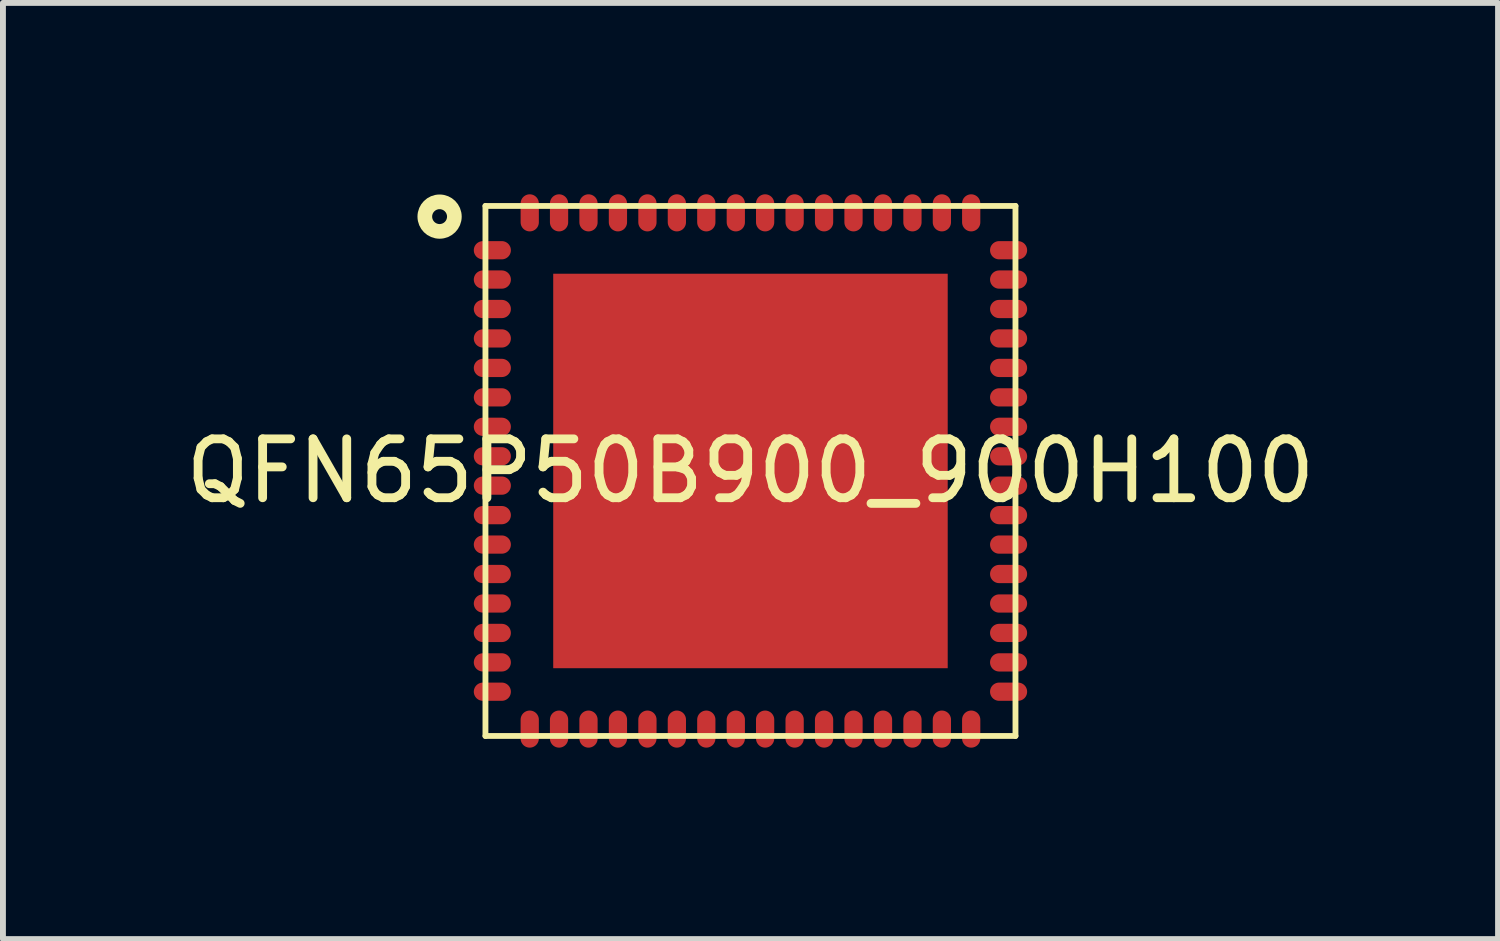
<source format=kicad_pcb>
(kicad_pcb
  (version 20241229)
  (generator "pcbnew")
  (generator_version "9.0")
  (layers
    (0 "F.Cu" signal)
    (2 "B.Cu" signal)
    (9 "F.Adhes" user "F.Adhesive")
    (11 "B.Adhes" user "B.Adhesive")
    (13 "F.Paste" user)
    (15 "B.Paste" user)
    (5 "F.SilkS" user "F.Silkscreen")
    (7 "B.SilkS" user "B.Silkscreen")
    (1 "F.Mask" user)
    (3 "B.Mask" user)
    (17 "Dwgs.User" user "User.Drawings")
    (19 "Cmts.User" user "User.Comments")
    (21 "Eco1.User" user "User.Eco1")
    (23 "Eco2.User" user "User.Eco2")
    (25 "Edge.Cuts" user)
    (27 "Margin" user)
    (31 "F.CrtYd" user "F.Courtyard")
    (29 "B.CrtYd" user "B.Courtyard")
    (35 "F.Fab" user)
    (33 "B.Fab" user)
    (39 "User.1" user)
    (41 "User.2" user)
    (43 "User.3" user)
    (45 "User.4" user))
  (footprint "QFN65P50B900_900H100"
    (layer "F.Cu")
    (at 9.696 4.949)
    (property "Reference" "QFN65P50B900_900H100" (at 0 0 0) (layer "F.SilkS") (effects (font (size 1 1) (thickness 0.15))))
    (fp_line (start -4.501 4.501) (end -4.501 -4.501) (stroke (width 0.099) (type default)) (layer "F.SilkS"))
    (fp_line (start 4.501 -4.501) (end -4.501 -4.501) (stroke (width 0.099) (type default)) (layer "F.SilkS"))
    (fp_line (start 4.501 4.501) (end -4.501 4.501) (stroke (width 0.099) (type default)) (layer "F.SilkS"))
    (fp_line (start 4.501 4.501) (end 4.501 -4.501) (stroke (width 0.099) (type default)) (layer "F.SilkS"))
    (fp_circle (center -5.28 -4.32) (end -5.029 -4.32) (stroke (width 0.249) (type default)) (fill no) (layer "F.SilkS"))
    (fp_poly (pts (xy 2.55 2.55) (xy 1.049 2.55) (xy 1.049 1.1) (xy 0.75 1.1) (xy 0.75 2.55) (xy -0.75 2.55) (xy -0.75 1.1) (xy -1.049 1.1) (xy -1.049 2.55) (xy -2.55 2.55) (xy -2.55 1.049) (xy -0.75 1.049) (xy -0.75 0.75) (xy -2.55 0.75) (xy -2.55 -0.75) (xy -1.049 -0.75) (xy -1.049 0.701) (xy -0.75 0.701) (xy -0.75 -1.049) (xy -2.55 -1.049) (xy -2.55 -2.55) (xy -1.049 -2.55) (xy -1.049 -1.1) (xy -0.75 -1.1) (xy -0.75 -2.55) (xy 0.75 -2.55) (xy 0.75 -1.1) (xy 1.049 -1.1) (xy 1.049 -2.55) (xy 2.55 -2.55) (xy 2.55 -1.049) (xy -0.701 -1.049) (xy -0.701 -0.75) (xy 0.75 -0.75) (xy 0.75 0.701) (xy 1.049 0.701) (xy 1.049 -0.75) (xy 2.55 -0.75) (xy 2.55 0.75) (xy -0.701 0.75) (xy -0.701 1.049) (xy 2.55 1.049)) (stroke (width 0) (type default)) (fill yes) (layer "F.Paste"))
    (fp_line (start -4.899 4.899) (end -4.899 -4.899) (stroke (width 0.025) (type default)) (layer "User.1"))
    (fp_line (start 4.899 -4.899) (end -4.899 -4.899) (stroke (width 0.025) (type default)) (layer "User.1"))
    (fp_line (start 4.899 4.899) (end -4.899 4.899) (stroke (width 0.025) (type default)) (layer "User.1"))
    (fp_line (start 4.899 4.899) (end 4.899 -4.899) (stroke (width 0.025) (type default)) (layer "User.1"))
    (fp_poly (pts (xy -4.501 -4.501) (xy -4.501 4.501) (xy 4.501 4.501) (xy 4.501 -4.501)) (stroke (width 0.1) (type default)) (fill no) (layer "User.1"))
    (fp_poly (pts (xy -4.501 -4.501) (xy -4.501 4.501) (xy 4.501 4.501) (xy 4.501 -4.501)) (stroke (width 0.1) (type default)) (fill no) (layer "User.1"))
    (fp_poly (pts (xy -4.399 -4.899) (xy 4.899 -4.899) (xy 4.899 4.899) (xy -4.899 4.899) (xy -4.899 -4.899) (xy -4.501 -4.899) (xy -4.501 4.501) (xy 4.501 4.501) (xy 4.501 -4.501) (xy -4.399 -4.501)) (stroke (width 0.1) (type default)) (fill no) (layer "User.1"))
    (fp_poly (pts (xy -4.399 -4.899) (xy 4.899 -4.899) (xy 4.899 4.899) (xy -4.899 4.899) (xy -4.899 -4.899) (xy -4.501 -4.899) (xy -4.501 4.501) (xy 4.501 4.501) (xy 4.501 -4.501) (xy -4.399 -4.501)) (stroke (width 0.1) (type default)) (fill no) (layer "User.1"))
    (pad "1" smd oval (at -4.384 -3.749 90) (size 0.31 0.63) (layers "F.Cu" "F.Mask" "F.Paste"))
    (pad "2" smd oval (at -4.384 -3.251 90) (size 0.31 0.63) (layers "F.Cu" "F.Mask" "F.Paste"))
    (pad "3" smd oval (at -4.384 -2.751 90) (size 0.31 0.63) (layers "F.Cu" "F.Mask" "F.Paste"))
    (pad "4" smd oval (at -4.384 -2.251 90) (size 0.31 0.63) (layers "F.Cu" "F.Mask" "F.Paste"))
    (pad "5" smd oval (at -4.384 -1.75 90) (size 0.31 0.63) (layers "F.Cu" "F.Mask" "F.Paste"))
    (pad "6" smd oval (at -4.384 -1.25 90) (size 0.31 0.63) (layers "F.Cu" "F.Mask" "F.Paste"))
    (pad "7" smd oval (at -4.384 -0.75 90) (size 0.31 0.63) (layers "F.Cu" "F.Mask" "F.Paste"))
    (pad "8" smd oval (at -4.384 -0.249 90) (size 0.31 0.63) (layers "F.Cu" "F.Mask" "F.Paste"))
    (pad "9" smd oval (at -4.384 0.249 90) (size 0.31 0.63) (layers "F.Cu" "F.Mask" "F.Paste"))
    (pad "10" smd oval (at -4.384 0.75 90) (size 0.31 0.63) (layers "F.Cu" "F.Mask" "F.Paste"))
    (pad "11" smd oval (at -4.384 1.25 90) (size 0.31 0.63) (layers "F.Cu" "F.Mask" "F.Paste"))
    (pad "12" smd oval (at -4.384 1.75 90) (size 0.31 0.63) (layers "F.Cu" "F.Mask" "F.Paste"))
    (pad "13" smd oval (at -4.384 2.251 90) (size 0.31 0.63) (layers "F.Cu" "F.Mask" "F.Paste"))
    (pad "14" smd oval (at -4.384 2.751 90) (size 0.31 0.63) (layers "F.Cu" "F.Mask" "F.Paste"))
    (pad "15" smd oval (at -4.384 3.251 90) (size 0.31 0.63) (layers "F.Cu" "F.Mask" "F.Paste"))
    (pad "16" smd oval (at -4.384 3.749 90) (size 0.31 0.63) (layers "F.Cu" "F.Mask" "F.Paste"))
    (pad "17" smd oval (at -3.749 4.384 90) (size 0.63 0.31) (layers "F.Cu" "F.Mask" "F.Paste"))
    (pad "18" smd oval (at -3.251 4.384 90) (size 0.63 0.31) (layers "F.Cu" "F.Mask" "F.Paste"))
    (pad "19" smd oval (at -2.751 4.384 90) (size 0.63 0.31) (layers "F.Cu" "F.Mask" "F.Paste"))
    (pad "20" smd oval (at -2.251 4.384 90) (size 0.63 0.31) (layers "F.Cu" "F.Mask" "F.Paste"))
    (pad "21" smd oval (at -1.75 4.384 90) (size 0.63 0.31) (layers "F.Cu" "F.Mask" "F.Paste"))
    (pad "22" smd oval (at -1.25 4.384 90) (size 0.63 0.31) (layers "F.Cu" "F.Mask" "F.Paste"))
    (pad "23" smd oval (at -0.75 4.384 90) (size 0.63 0.31) (layers "F.Cu" "F.Mask" "F.Paste"))
    (pad "24" smd oval (at -0.249 4.384 90) (size 0.63 0.31) (layers "F.Cu" "F.Mask" "F.Paste"))
    (pad "25" smd oval (at 0.249 4.384 90) (size 0.63 0.31) (layers "F.Cu" "F.Mask" "F.Paste"))
    (pad "26" smd oval (at 0.75 4.384 90) (size 0.63 0.31) (layers "F.Cu" "F.Mask" "F.Paste"))
    (pad "27" smd oval (at 1.25 4.384 90) (size 0.63 0.31) (layers "F.Cu" "F.Mask" "F.Paste"))
    (pad "28" smd oval (at 1.75 4.384 90) (size 0.63 0.31) (layers "F.Cu" "F.Mask" "F.Paste"))
    (pad "29" smd oval (at 2.251 4.384 90) (size 0.63 0.31) (layers "F.Cu" "F.Mask" "F.Paste"))
    (pad "30" smd oval (at 2.751 4.384 90) (size 0.63 0.31) (layers "F.Cu" "F.Mask" "F.Paste"))
    (pad "31" smd oval (at 3.251 4.384 90) (size 0.63 0.31) (layers "F.Cu" "F.Mask" "F.Paste"))
    (pad "32" smd oval (at 3.749 4.384 90) (size 0.63 0.31) (layers "F.Cu" "F.Mask" "F.Paste"))
    (pad "33" smd oval (at 4.384 3.749 90) (size 0.31 0.63) (layers "F.Cu" "F.Mask" "F.Paste"))
    (pad "34" smd oval (at 4.384 3.251 90) (size 0.31 0.63) (layers "F.Cu" "F.Mask" "F.Paste"))
    (pad "35" smd oval (at 4.384 2.751 90) (size 0.31 0.63) (layers "F.Cu" "F.Mask" "F.Paste"))
    (pad "36" smd oval (at 4.384 2.251 90) (size 0.31 0.63) (layers "F.Cu" "F.Mask" "F.Paste"))
    (pad "37" smd oval (at 4.384 1.75 90) (size 0.31 0.63) (layers "F.Cu" "F.Mask" "F.Paste"))
    (pad "38" smd oval (at 4.384 1.25 90) (size 0.31 0.63) (layers "F.Cu" "F.Mask" "F.Paste"))
    (pad "39" smd oval (at 4.384 0.75 90) (size 0.31 0.63) (layers "F.Cu" "F.Mask" "F.Paste"))
    (pad "40" smd oval (at 4.384 0.249 90) (size 0.31 0.63) (layers "F.Cu" "F.Mask" "F.Paste"))
    (pad "41" smd oval (at 4.384 -0.249 90) (size 0.31 0.63) (layers "F.Cu" "F.Mask" "F.Paste"))
    (pad "42" smd oval (at 4.384 -0.75 90) (size 0.31 0.63) (layers "F.Cu" "F.Mask" "F.Paste"))
    (pad "43" smd oval (at 4.384 -1.25 90) (size 0.31 0.63) (layers "F.Cu" "F.Mask" "F.Paste"))
    (pad "44" smd oval (at 4.384 -1.75 90) (size 0.31 0.63) (layers "F.Cu" "F.Mask" "F.Paste"))
    (pad "45" smd oval (at 4.384 -2.251 90) (size 0.31 0.63) (layers "F.Cu" "F.Mask" "F.Paste"))
    (pad "46" smd oval (at 4.384 -2.751 90) (size 0.31 0.63) (layers "F.Cu" "F.Mask" "F.Paste"))
    (pad "47" smd oval (at 4.384 -3.251 90) (size 0.31 0.63) (layers "F.Cu" "F.Mask" "F.Paste"))
    (pad "48" smd oval (at 4.384 -3.749 90) (size 0.31 0.63) (layers "F.Cu" "F.Mask" "F.Paste"))
    (pad "49" smd oval (at 3.749 -4.384 90) (size 0.63 0.31) (layers "F.Cu" "F.Mask" "F.Paste"))
    (pad "50" smd oval (at 3.251 -4.384 90) (size 0.63 0.31) (layers "F.Cu" "F.Mask" "F.Paste"))
    (pad "51" smd oval (at 2.751 -4.384 90) (size 0.63 0.31) (layers "F.Cu" "F.Mask" "F.Paste"))
    (pad "52" smd oval (at 2.251 -4.384 90) (size 0.63 0.31) (layers "F.Cu" "F.Mask" "F.Paste"))
    (pad "53" smd oval (at 1.75 -4.384 90) (size 0.63 0.31) (layers "F.Cu" "F.Mask" "F.Paste"))
    (pad "54" smd oval (at 1.25 -4.384 90) (size 0.63 0.31) (layers "F.Cu" "F.Mask" "F.Paste"))
    (pad "55" smd oval (at 0.75 -4.384 90) (size 0.63 0.31) (layers "F.Cu" "F.Mask" "F.Paste"))
    (pad "56" smd oval (at 0.249 -4.384 90) (size 0.63 0.31) (layers "F.Cu" "F.Mask" "F.Paste"))
    (pad "57" smd oval (at -0.249 -4.384 90) (size 0.63 0.31) (layers "F.Cu" "F.Mask" "F.Paste"))
    (pad "58" smd oval (at -0.75 -4.384 90) (size 0.63 0.31) (layers "F.Cu" "F.Mask" "F.Paste"))
    (pad "59" smd oval (at -1.25 -4.384 90) (size 0.63 0.31) (layers "F.Cu" "F.Mask" "F.Paste"))
    (pad "60" smd oval (at -1.75 -4.384 90) (size 0.63 0.31) (layers "F.Cu" "F.Mask" "F.Paste"))
    (pad "61" smd oval (at -2.251 -4.384 90) (size 0.63 0.31) (layers "F.Cu" "F.Mask" "F.Paste"))
    (pad "62" smd oval (at -2.751 -4.384 90) (size 0.63 0.31) (layers "F.Cu" "F.Mask" "F.Paste"))
    (pad "63" smd oval (at -3.251 -4.384 90) (size 0.63 0.31) (layers "F.Cu" "F.Mask" "F.Paste"))
    (pad "64" smd oval (at -3.749 -4.384 90) (size 0.63 0.31) (layers "F.Cu" "F.Mask" "F.Paste"))
    (pad "65" smd rect (at 0 0 90) (size 6.7 6.7) (layers "F.Cu" "F.Mask" "F.Paste")))
  (gr_rect
    (start -3 -3)
    (end 22.393 12.899)
    (stroke (width 0.1) (type default))
    (fill no)
    (layer "Edge.Cuts")))
</source>
